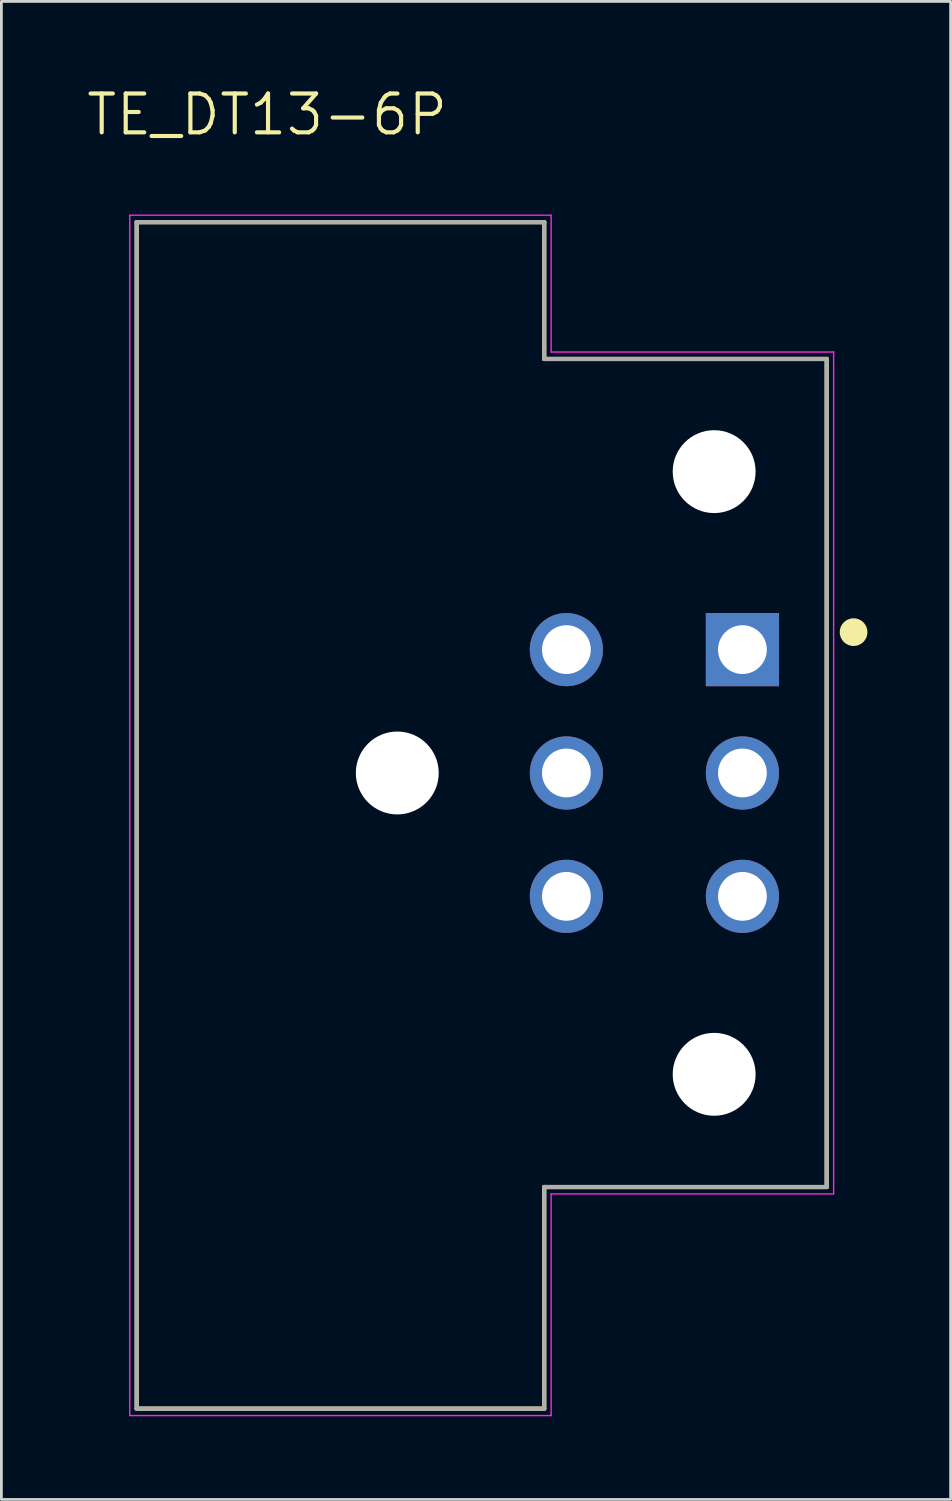
<source format=kicad_pcb>
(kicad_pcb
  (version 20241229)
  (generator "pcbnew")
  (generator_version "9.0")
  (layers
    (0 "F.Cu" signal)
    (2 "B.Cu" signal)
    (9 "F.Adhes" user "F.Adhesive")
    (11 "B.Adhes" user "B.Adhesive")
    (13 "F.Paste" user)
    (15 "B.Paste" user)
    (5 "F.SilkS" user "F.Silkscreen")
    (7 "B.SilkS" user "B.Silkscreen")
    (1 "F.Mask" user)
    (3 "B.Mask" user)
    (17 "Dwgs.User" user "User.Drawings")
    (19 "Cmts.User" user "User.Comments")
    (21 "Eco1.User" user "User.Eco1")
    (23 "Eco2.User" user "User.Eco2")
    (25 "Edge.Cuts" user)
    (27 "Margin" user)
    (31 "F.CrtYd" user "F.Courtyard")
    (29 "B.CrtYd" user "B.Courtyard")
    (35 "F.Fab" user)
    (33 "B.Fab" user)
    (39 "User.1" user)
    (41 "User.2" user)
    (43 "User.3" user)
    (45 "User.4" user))
  (footprint "TE_DT13-6P"
    (layer "F.Cu")
    (at 17.381 24.833)
    (property "Reference" "TE_DT13-6P" (at -10.796 -23.75 0) (layer "F.SilkS") (effects (font (size 1.4 1.4) (thickness 0.15))))
    (attr through_hole)
    (fp_line (start -15.5 -19.87) (end -15.5 22.93) (stroke (width 0.152) (type solid)) (layer "F.SilkS"))
    (fp_line (start -15.5 22.93) (end -0.8 22.93) (stroke (width 0.152) (type solid)) (layer "F.SilkS"))
    (fp_line (start -0.8 -19.87) (end -15.5 -19.87) (stroke (width 0.152) (type solid)) (layer "F.SilkS"))
    (fp_line (start -0.8 -14.935) (end -0.8 -19.87) (stroke (width 0.152) (type solid)) (layer "F.SilkS"))
    (fp_line (start -0.8 -14.935) (end 9.39 -14.935) (stroke (width 0.152) (type solid)) (layer "F.SilkS"))
    (fp_line (start -0.8 22.93) (end -0.8 14.935) (stroke (width 0.152) (type solid)) (layer "F.SilkS"))
    (fp_line (start 9.39 -14.935) (end 9.39 14.935) (stroke (width 0.152) (type solid)) (layer "F.SilkS"))
    (fp_line (start 9.39 14.935) (end -0.8 14.935) (stroke (width 0.152) (type solid)) (layer "F.SilkS"))
    (fp_circle (center 10.36 -5.08) (end 10.61 -5.08) (stroke (width 0.5) (type solid)) (fill no) (layer "F.SilkS"))
    (fp_line (start -15.75 -20.12) (end -0.55 -20.12) (stroke (width 0.05) (type solid)) (layer "F.CrtYd"))
    (fp_line (start -15.75 23.18) (end -15.75 -20.12) (stroke (width 0.05) (type solid)) (layer "F.CrtYd"))
    (fp_line (start -0.55 -20.12) (end -0.55 -15.185) (stroke (width 0.05) (type solid)) (layer "F.CrtYd"))
    (fp_line (start -0.55 -15.185) (end 9.64 -15.185) (stroke (width 0.05) (type solid)) (layer "F.CrtYd"))
    (fp_line (start -0.55 15.185) (end -0.55 23.18) (stroke (width 0.05) (type solid)) (layer "F.CrtYd"))
    (fp_line (start -0.55 23.18) (end -15.75 23.18) (stroke (width 0.05) (type solid)) (layer "F.CrtYd"))
    (fp_line (start 9.64 -15.185) (end 9.64 15.185) (stroke (width 0.05) (type solid)) (layer "F.CrtYd"))
    (fp_line (start 9.64 15.185) (end -0.55 15.185) (stroke (width 0.05) (type solid)) (layer "F.CrtYd"))
    (fp_line (start -15.5 -19.87) (end -15.5 22.93) (stroke (width 0.152) (type solid)) (layer "F.Fab"))
    (fp_line (start -15.5 22.93) (end -0.8 22.93) (stroke (width 0.152) (type solid)) (layer "F.Fab"))
    (fp_line (start -0.8 -19.87) (end -15.5 -19.87) (stroke (width 0.152) (type solid)) (layer "F.Fab"))
    (fp_line (start -0.8 -14.935) (end -0.8 -19.87) (stroke (width 0.152) (type solid)) (layer "F.Fab"))
    (fp_line (start -0.8 -14.935) (end 9.39 -14.935) (stroke (width 0.152) (type solid)) (layer "F.Fab"))
    (fp_line (start -0.8 22.93) (end -0.8 14.935) (stroke (width 0.152) (type solid)) (layer "F.Fab"))
    (fp_line (start 9.39 -14.935) (end 9.39 14.935) (stroke (width 0.152) (type solid)) (layer "F.Fab"))
    (fp_line (start 9.39 14.935) (end -0.8 14.935) (stroke (width 0.152) (type solid)) (layer "F.Fab"))
    (pad "" np_thru_hole circle (at -6.1 0) (size 2.99 2.99) (drill 2.99) (layers "*.Cu" "*.Mask"))
    (pad "" np_thru_hole circle (at 5.33 -10.87) (size 2.99 2.99) (drill 2.99) (layers "*.Cu" "*.Mask"))
    (pad "" np_thru_hole circle (at 5.33 10.87) (size 2.99 2.99) (drill 2.99) (layers "*.Cu" "*.Mask"))
    (pad "1" thru_hole rect (at 6.35 -4.45) (size 2.64 2.64) (drill 1.76) (layers "*.Cu" "*.Mask"))
    (pad "2" thru_hole circle (at 6.35 0) (size 2.64 2.64) (drill 1.76) (layers "*.Cu" "*.Mask"))
    (pad "3" thru_hole circle (at 6.35 4.45) (size 2.64 2.64) (drill 1.76) (layers "*.Cu" "*.Mask"))
    (pad "4" thru_hole circle (at 0 4.45) (size 2.64 2.64) (drill 1.76) (layers "*.Cu" "*.Mask"))
    (pad "5" thru_hole circle (at 0 0) (size 2.64 2.64) (drill 1.76) (layers "*.Cu" "*.Mask"))
    (pad "6" thru_hole circle (at 0 -4.45) (size 2.64 2.64) (drill 1.76) (layers "*.Cu" "*.Mask")))
  (gr_rect
    (start -3 -3)
    (end 31.241 51.038)
    (stroke (width 0.1) (type default))
    (fill no)
    (layer "Edge.Cuts")))
</source>
